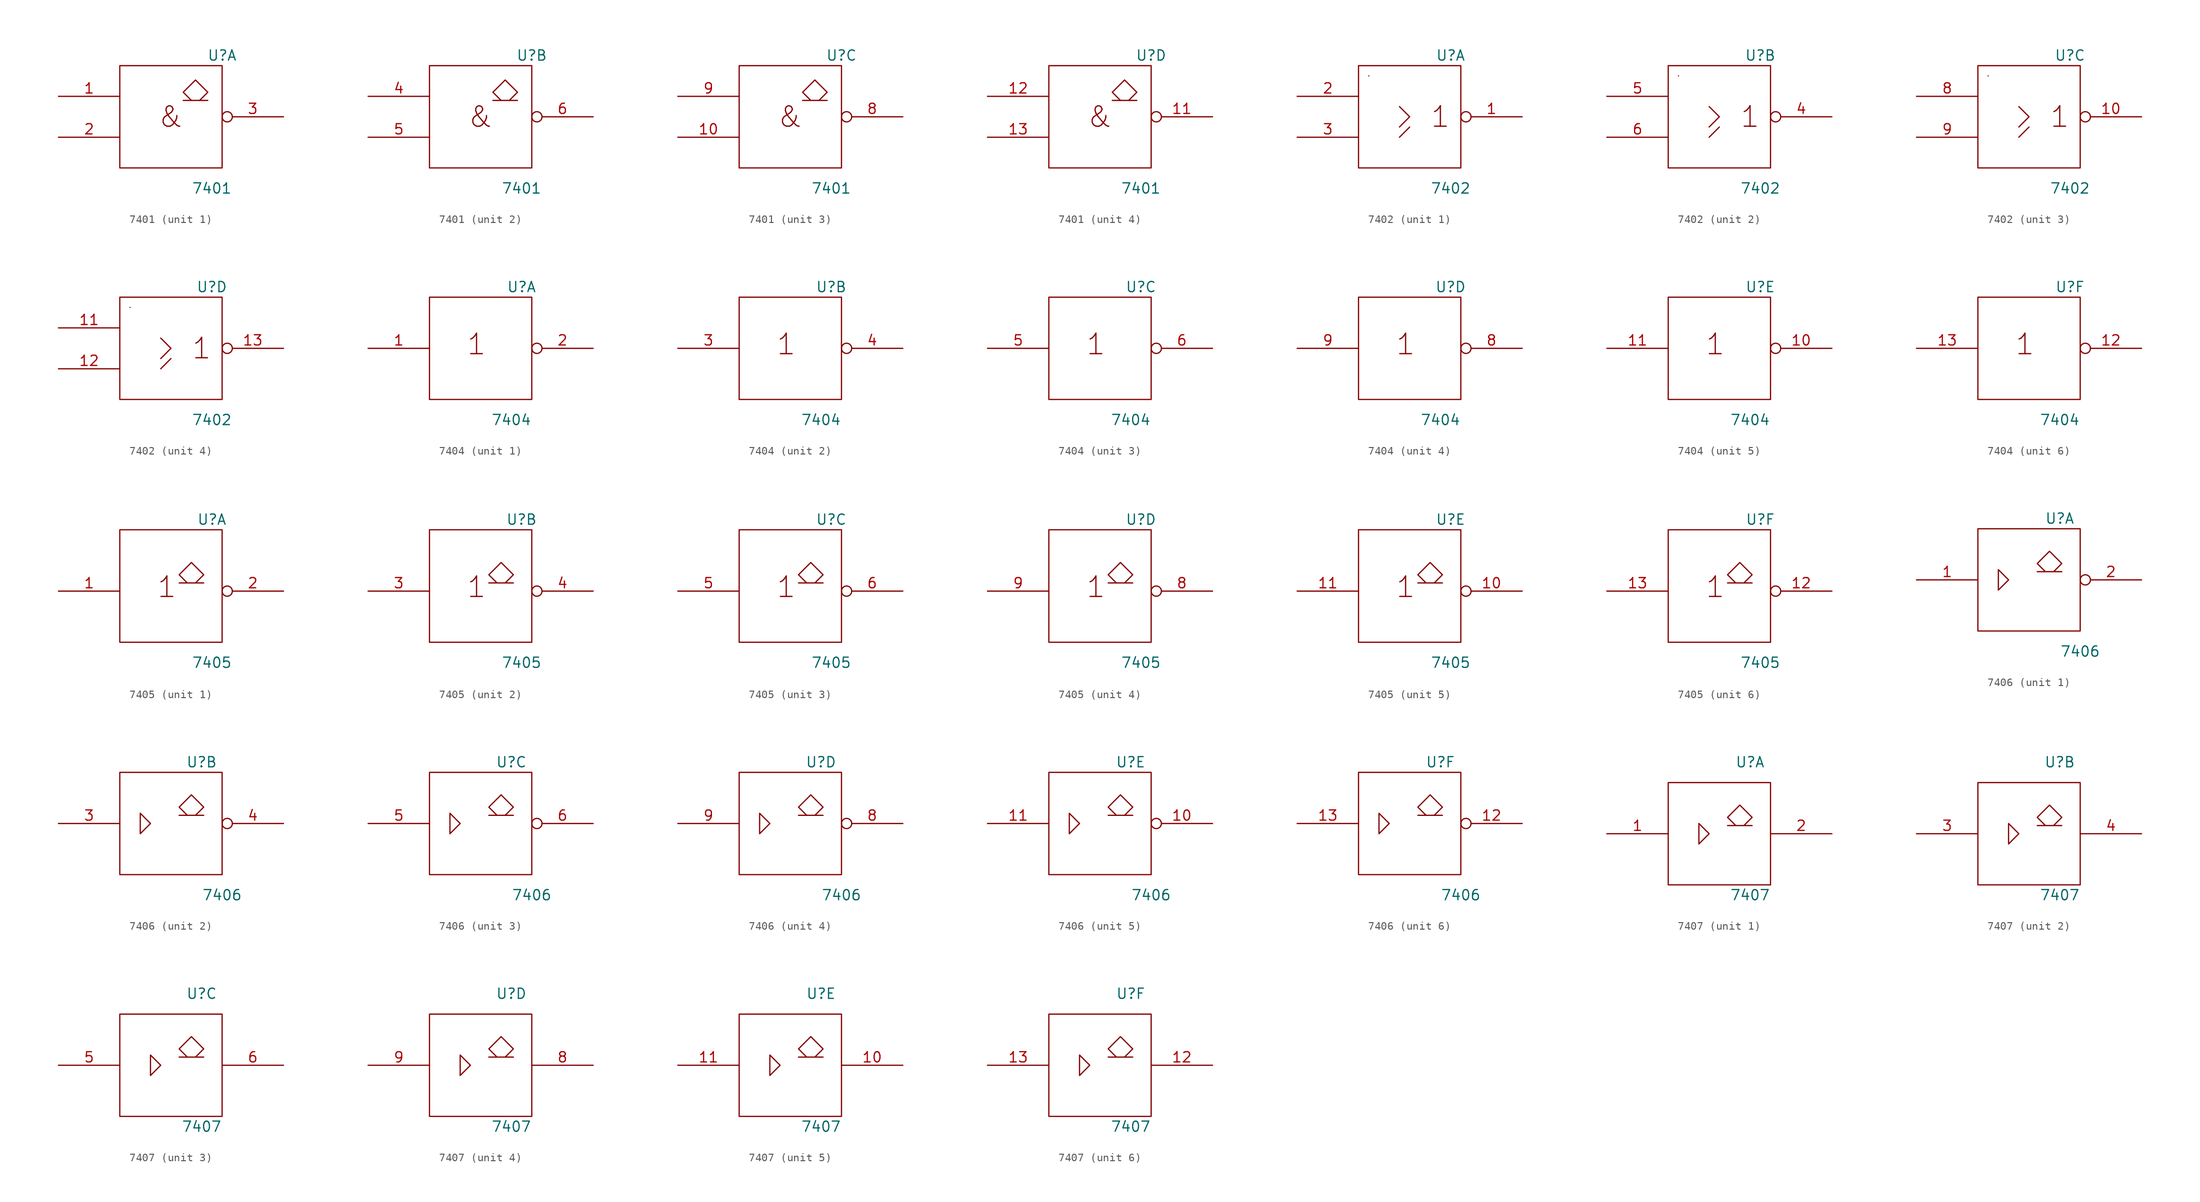
<source format=kicad_sym>
(kicad_symbol_lib
  (version 20211014)
  (generator kicad_symbol_editor)
  (symbol "7401"
    (pin_names
      (offset 0.762))
    (property "Reference" "U"
      (at 6.35 7.62 0)
      (effects (font (size 1.27 1.27))))
    (property "Value" "7401"
      (at 5.08 -8.89 0)
      (effects (font (size 1.27 1.27))))
    (symbol "7401_0_0"
      (polyline (pts (xy 2.54 2.032) (xy 1.524 3.048) (xy 3.048 4.572) (xy 4.572 3.048) (xy 3.556 2.032) (xy 4.572 2.032) (xy 1.524 2.032) (xy 1.524 2.032)) (stroke (width 0) (type default) (color 0 0 0 0)) (fill (type none)))
      (text "&" (at 0 0 0) (effects (font (size 2.54 2.54)))))
    (symbol "7401_0_1"
      (rectangle (start -6.35 6.35) (end 6.35 -6.35) (stroke (width 0) (type default) (color 0 0 0 0)) (fill (type none)))
      (pin power_in line (at 0 6.35 270) (length 0) hide (name "Vcc" (effects (font (size 1.27 1.27)))) (number "14" (effects (font (size 1.27 1.27)))))
      (pin power_in line (at 0 -6.35 90) (length 0) hide (name "GND" (effects (font (size 1.27 1.27)))) (number "7" (effects (font (size 1.27 1.27))))))
    (symbol "7401_1_1"
      (pin input line (at -13.97 2.54 0) (length 7.62) (name "~" (effects (font (size 1.27 1.27)))) (number "1" (effects (font (size 1.27 1.27)))))
      (pin input line (at -13.97 -2.54 0) (length 7.62) (name "~" (effects (font (size 1.27 1.27)))) (number "2" (effects (font (size 1.27 1.27)))))
      (pin open_collector inverted (at 13.97 0 180) (length 7.62) (name "~" (effects (font (size 1.27 1.27)))) (number "3" (effects (font (size 1.27 1.27))))))
    (symbol "7401_2_1"
      (pin input line (at -13.97 2.54 0) (length 7.62) (name "~" (effects (font (size 1.27 1.27)))) (number "4" (effects (font (size 1.27 1.27)))))
      (pin input line (at -13.97 -2.54 0) (length 7.62) (name "~" (effects (font (size 1.27 1.27)))) (number "5" (effects (font (size 1.27 1.27)))))
      (pin open_collector inverted (at 13.97 0 180) (length 7.62) (name "~" (effects (font (size 1.27 1.27)))) (number "6" (effects (font (size 1.27 1.27))))))
    (symbol "7401_3_1"
      (pin input line (at -13.97 -2.54 0) (length 7.62) (name "~" (effects (font (size 1.27 1.27)))) (number "10" (effects (font (size 1.27 1.27)))))
      (pin open_collector inverted (at 13.97 0 180) (length 7.62) (name "~" (effects (font (size 1.27 1.27)))) (number "8" (effects (font (size 1.27 1.27)))))
      (pin input line (at -13.97 2.54 0) (length 7.62) (name "~" (effects (font (size 1.27 1.27)))) (number "9" (effects (font (size 1.27 1.27))))))
    (symbol "7401_4_1"
      (pin open_collector inverted (at 13.97 0 180) (length 7.62) (name "~" (effects (font (size 1.27 1.27)))) (number "11" (effects (font (size 1.27 1.27)))))
      (pin input line (at -13.97 2.54 0) (length 7.62) (name "~" (effects (font (size 1.27 1.27)))) (number "12" (effects (font (size 1.27 1.27)))))
      (pin input line (at -13.97 -2.54 0) (length 7.62) (name "~" (effects (font (size 1.27 1.27)))) (number "13" (effects (font (size 1.27 1.27)))))))
  (symbol "7402"
    (pin_names
      (offset 0.762))
    (property "Reference" "U"
      (at 5.08 7.62 0)
      (effects (font (size 1.27 1.27))))
    (property "Value" "7402"
      (at 5.08 -8.89 0)
      (effects (font (size 1.27 1.27))))
    (symbol "7402_0_0"
      (rectangle (start -5.08 5.08) (end -5.08 5.08) (stroke (width 0) (type default) (color 0 0 0 0)) (fill (type none)))
      (polyline (pts (xy -1.27 -2.54) (xy 0 -1.27) (xy 0 -1.27)) (stroke (width 0) (type default) (color 0 0 0 0)) (fill (type none)))
      (polyline (pts (xy -1.27 1.27) (xy 0 0) (xy -1.27 -1.27) (xy -1.27 -1.27)) (stroke (width 0) (type default) (color 0 0 0 0)) (fill (type none)))
      (text "1" (at 3.81 0 0) (effects (font (size 2.54 2.54)))))
    (symbol "7402_0_1"
      (rectangle (start -6.35 6.35) (end 6.35 -6.35) (stroke (width 0) (type default) (color 0 0 0 0)) (fill (type none)))
      (pin power_in line (at 0 6.35 270) (length 0) hide (name "VCC" (effects (font (size 1.27 1.27)))) (number "14" (effects (font (size 1.27 1.27)))))
      (pin power_in line (at 0 -6.35 90) (length 0) hide (name "GND" (effects (font (size 1.27 1.27)))) (number "7" (effects (font (size 1.27 1.27))))))
    (symbol "7402_1_1"
      (pin output inverted (at 13.97 0 180) (length 7.62) (name "~" (effects (font (size 1.27 1.27)))) (number "1" (effects (font (size 1.27 1.27)))))
      (pin input line (at -13.97 2.54 0) (length 7.62) (name "~" (effects (font (size 1.27 1.27)))) (number "2" (effects (font (size 1.27 1.27)))))
      (pin input line (at -13.97 -2.54 0) (length 7.62) (name "~" (effects (font (size 1.27 1.27)))) (number "3" (effects (font (size 1.27 1.27))))))
    (symbol "7402_2_1"
      (pin output inverted (at 13.97 0 180) (length 7.62) (name "~" (effects (font (size 1.27 1.27)))) (number "4" (effects (font (size 1.27 1.27)))))
      (pin input line (at -13.97 2.54 0) (length 7.62) (name "~" (effects (font (size 1.27 1.27)))) (number "5" (effects (font (size 1.27 1.27)))))
      (pin input line (at -13.97 -2.54 0) (length 7.62) (name "~" (effects (font (size 1.27 1.27)))) (number "6" (effects (font (size 1.27 1.27))))))
    (symbol "7402_3_1"
      (pin output inverted (at 13.97 0 180) (length 7.62) (name "~" (effects (font (size 1.27 1.27)))) (number "10" (effects (font (size 1.27 1.27)))))
      (pin input line (at -13.97 2.54 0) (length 7.62) (name "~" (effects (font (size 1.27 1.27)))) (number "8" (effects (font (size 1.27 1.27)))))
      (pin input line (at -13.97 -2.54 0) (length 7.62) (name "~" (effects (font (size 1.27 1.27)))) (number "9" (effects (font (size 1.27 1.27))))))
    (symbol "7402_4_1"
      (pin input line (at -13.97 2.54 0) (length 7.62) (name "~" (effects (font (size 1.27 1.27)))) (number "11" (effects (font (size 1.27 1.27)))))
      (pin input line (at -13.97 -2.54 0) (length 7.62) (name "~" (effects (font (size 1.27 1.27)))) (number "12" (effects (font (size 1.27 1.27)))))
      (pin output inverted (at 13.97 0 180) (length 7.62) (name "~" (effects (font (size 1.27 1.27)))) (number "13" (effects (font (size 1.27 1.27)))))))
  (symbol "7404"
    (pin_names
      (offset 0.762))
    (property "Reference" "U"
      (at 5.08 7.62 0)
      (effects (font (size 1.27 1.27))))
    (property "Value" "7404"
      (at 3.81 -8.89 0)
      (effects (font (size 1.27 1.27))))
    (symbol "7404_0_0"
      (text "1" (at -0.508 0.508 0) (effects (font (size 2.54 2.54)))))
    (symbol "7404_0_1"
      (rectangle (start -6.35 6.35) (end 6.35 -6.35) (stroke (width 0) (type default) (color 0 0 0 0)) (fill (type none)))
      (pin power_in line (at 0 6.35 270) (length 0) hide (name "Vcc" (effects (font (size 1.27 1.27)))) (number "14" (effects (font (size 1.27 1.27)))))
      (pin power_in line (at 0 -6.35 90) (length 0) hide (name "Gnd" (effects (font (size 1.27 1.27)))) (number "7" (effects (font (size 1.27 1.27))))))
    (symbol "7404_1_1"
      (pin input line (at -13.97 0 0) (length 7.62) (name "~" (effects (font (size 1.27 1.27)))) (number "1" (effects (font (size 1.27 1.27)))))
      (pin input inverted (at 13.97 0 180) (length 7.62) (name "~" (effects (font (size 1.27 1.27)))) (number "2" (effects (font (size 1.27 1.27))))))
    (symbol "7404_2_1"
      (pin input line (at -13.97 0 0) (length 7.62) (name "~" (effects (font (size 1.27 1.27)))) (number "3" (effects (font (size 1.27 1.27)))))
      (pin input inverted (at 13.97 0 180) (length 7.62) (name "~" (effects (font (size 1.27 1.27)))) (number "4" (effects (font (size 1.27 1.27))))))
    (symbol "7404_3_1"
      (pin input line (at -13.97 0 0) (length 7.62) (name "~" (effects (font (size 1.27 1.27)))) (number "5" (effects (font (size 1.27 1.27)))))
      (pin input inverted (at 13.97 0 180) (length 7.62) (name "~" (effects (font (size 1.27 1.27)))) (number "6" (effects (font (size 1.27 1.27))))))
    (symbol "7404_4_1"
      (pin input inverted (at 13.97 0 180) (length 7.62) (name "~" (effects (font (size 1.27 1.27)))) (number "8" (effects (font (size 1.27 1.27)))))
      (pin input line (at -13.97 0 0) (length 7.62) (name "~" (effects (font (size 1.27 1.27)))) (number "9" (effects (font (size 1.27 1.27))))))
    (symbol "7404_5_1"
      (pin input inverted (at 13.97 0 180) (length 7.62) (name "~" (effects (font (size 1.27 1.27)))) (number "10" (effects (font (size 1.27 1.27)))))
      (pin input line (at -13.97 0 0) (length 7.62) (name "~" (effects (font (size 1.27 1.27)))) (number "11" (effects (font (size 1.27 1.27))))))
    (symbol "7404_6_1"
      (pin input inverted (at 13.97 0 180) (length 7.62) (name "~" (effects (font (size 1.27 1.27)))) (number "12" (effects (font (size 1.27 1.27)))))
      (pin input line (at -13.97 0 0) (length 7.62) (name "~" (effects (font (size 1.27 1.27)))) (number "13" (effects (font (size 1.27 1.27)))))))
  (symbol "7405"
    (pin_names
      (offset 0.762))
    (property "Reference" "U"
      (at 5.08 8.89 0)
      (effects (font (size 1.27 1.27))))
    (property "Value" "7405"
      (at 5.08 -8.89 0)
      (effects (font (size 1.27 1.27))))
    (symbol "7405_0_0"
      (text "1" (at -0.508 0.508 0) (effects (font (size 2.54 2.54)))))
    (symbol "7405_0_1"
      (rectangle (start -6.35 7.62) (end 6.35 -6.35) (stroke (width 0) (type default) (color 0 0 0 0)) (fill (type none)))
      (polyline (pts (xy 3.048 1.016) (xy 4.064 2.032) (xy 2.54 3.556) (xy 1.016 2.032) (xy 2.032 1.016) (xy 1.016 1.016) (xy 4.064 1.016) (xy 4.064 1.016)) (stroke (width 0) (type default) (color 0 0 0 0)) (fill (type none)))
      (pin input line (at 0 7.62 270) (length 0) hide (name "Vcc" (effects (font (size 1.27 1.27)))) (number "14" (effects (font (size 1.27 1.27)))))
      (pin input line (at 0 -6.35 90) (length 0) hide (name "Gnd" (effects (font (size 1.27 1.27)))) (number "7" (effects (font (size 1.27 1.27))))))
    (symbol "7405_1_1"
      (pin input line (at -13.97 0 0) (length 7.62) (name "~" (effects (font (size 1.27 1.27)))) (number "1" (effects (font (size 1.27 1.27)))))
      (pin open_collector inverted (at 13.97 0 180) (length 7.62) (name "~" (effects (font (size 1.27 1.27)))) (number "2" (effects (font (size 1.27 1.27))))))
    (symbol "7405_2_1"
      (pin input line (at -13.97 0 0) (length 7.62) (name "~" (effects (font (size 1.27 1.27)))) (number "3" (effects (font (size 1.27 1.27)))))
      (pin open_collector inverted (at 13.97 0 180) (length 7.62) (name "~" (effects (font (size 1.27 1.27)))) (number "4" (effects (font (size 1.27 1.27))))))
    (symbol "7405_3_1"
      (pin input line (at -13.97 0 0) (length 7.62) (name "~" (effects (font (size 1.27 1.27)))) (number "5" (effects (font (size 1.27 1.27)))))
      (pin open_collector inverted (at 13.97 0 180) (length 7.62) (name "~" (effects (font (size 1.27 1.27)))) (number "6" (effects (font (size 1.27 1.27))))))
    (symbol "7405_4_1"
      (pin open_collector inverted (at 13.97 0 180) (length 7.62) (name "~" (effects (font (size 1.27 1.27)))) (number "8" (effects (font (size 1.27 1.27)))))
      (pin input line (at -13.97 0 0) (length 7.62) (name "~" (effects (font (size 1.27 1.27)))) (number "9" (effects (font (size 1.27 1.27))))))
    (symbol "7405_5_1"
      (pin open_collector inverted (at 13.97 0 180) (length 7.62) (name "~" (effects (font (size 1.27 1.27)))) (number "10" (effects (font (size 1.27 1.27)))))
      (pin input line (at -13.97 0 0) (length 7.62) (name "~" (effects (font (size 1.27 1.27)))) (number "11" (effects (font (size 1.27 1.27))))))
    (symbol "7405_6_1"
      (pin open_collector inverted (at 13.97 0 180) (length 7.62) (name "~" (effects (font (size 1.27 1.27)))) (number "12" (effects (font (size 1.27 1.27)))))
      (pin input line (at -13.97 0 0) (length 7.62) (name "~" (effects (font (size 1.27 1.27)))) (number "13" (effects (font (size 1.27 1.27)))))))
  (symbol "7406"
    (pin_names
      (offset 0.762))
    (property "Reference" "U"
      (at 3.81 7.62 0)
      (effects (font (size 1.27 1.27))))
    (property "Value" "7406"
      (at 6.35 -8.89 0)
      (effects (font (size 1.27 1.27))))
    (symbol "7406_0_0"
      (polyline (pts (xy -3.81 1.27) (xy -3.81 -1.27) (xy -2.54 0) (xy -3.81 1.27) (xy -3.81 1.27)) (stroke (width 0) (type default) (color 0 0 0 0)) (fill (type none)))
      (polyline (pts (xy 3.048 1.016) (xy 4.064 2.032) (xy 2.54 3.556) (xy 1.016 2.032) (xy 2.032 1.016) (xy 1.016 1.016) (xy 4.064 1.016) (xy 4.064 1.016)) (stroke (width 0) (type default) (color 0 0 0 0)) (fill (type none))))
    (symbol "7406_0_1"
      (rectangle (start -6.35 6.35) (end 6.35 -6.35) (stroke (width 0) (type default) (color 0 0 0 0)) (fill (type none)))
      (pin power_in line (at 0 6.35 270) (length 0) hide (name "Vcc" (effects (font (size 1.27 1.27)))) (number "14" (effects (font (size 1.27 1.27)))))
      (pin power_in line (at 0 -6.35 90) (length 0) hide (name "Gnd" (effects (font (size 1.27 1.27)))) (number "7" (effects (font (size 1.27 1.27))))))
    (symbol "7406_1_1"
      (pin input line (at -13.97 0 0) (length 7.62) (name "~" (effects (font (size 1.27 1.27)))) (number "1" (effects (font (size 1.27 1.27)))))
      (pin open_collector inverted (at 13.97 0 180) (length 7.62) (name "~" (effects (font (size 1.27 1.27)))) (number "2" (effects (font (size 1.27 1.27))))))
    (symbol "7406_2_1"
      (pin input line (at -13.97 0 0) (length 7.62) (name "~" (effects (font (size 1.27 1.27)))) (number "3" (effects (font (size 1.27 1.27)))))
      (pin open_collector inverted (at 13.97 0 180) (length 7.62) (name "~" (effects (font (size 1.27 1.27)))) (number "4" (effects (font (size 1.27 1.27))))))
    (symbol "7406_3_1"
      (pin input line (at -13.97 0 0) (length 7.62) (name "~" (effects (font (size 1.27 1.27)))) (number "5" (effects (font (size 1.27 1.27)))))
      (pin open_collector inverted (at 13.97 0 180) (length 7.62) (name "~" (effects (font (size 1.27 1.27)))) (number "6" (effects (font (size 1.27 1.27))))))
    (symbol "7406_4_1"
      (pin open_collector inverted (at 13.97 0 180) (length 7.62) (name "~" (effects (font (size 1.27 1.27)))) (number "8" (effects (font (size 1.27 1.27)))))
      (pin input line (at -13.97 0 0) (length 7.62) (name "~" (effects (font (size 1.27 1.27)))) (number "9" (effects (font (size 1.27 1.27))))))
    (symbol "7406_5_1"
      (pin open_collector inverted (at 13.97 0 180) (length 7.62) (name "~" (effects (font (size 1.27 1.27)))) (number "10" (effects (font (size 1.27 1.27)))))
      (pin input line (at -13.97 0 0) (length 7.62) (name "~" (effects (font (size 1.27 1.27)))) (number "11" (effects (font (size 1.27 1.27))))))
    (symbol "7406_6_1"
      (pin open_collector inverted (at 13.97 0 180) (length 7.62) (name "~" (effects (font (size 1.27 1.27)))) (number "12" (effects (font (size 1.27 1.27)))))
      (pin input line (at -13.97 0 0) (length 7.62) (name "~" (effects (font (size 1.27 1.27)))) (number "13" (effects (font (size 1.27 1.27)))))))
  (symbol "7407"
    (pin_names
      (offset 0.762))
    (property "Reference" "U"
      (at 3.81 8.89 0)
      (effects (font (size 1.27 1.27))))
    (property "Value" "7407"
      (at 3.81 -7.62 0)
      (effects (font (size 1.27 1.27))))
    (symbol "7407_0_1"
      (rectangle (start -6.35 6.35) (end 6.35 -6.35) (stroke (width 0) (type default) (color 0 0 0 0)) (fill (type none)))
      (polyline (pts (xy -2.54 1.27) (xy -2.54 -1.27) (xy -1.27 0) (xy -2.54 1.27) (xy -2.54 1.27)) (stroke (width 0) (type default) (color 0 0 0 0)) (fill (type none)))
      (polyline (pts (xy 3.048 1.016) (xy 4.064 2.032) (xy 2.54 3.556) (xy 1.016 2.032) (xy 2.032 1.016) (xy 1.016 1.016) (xy 4.064 1.016) (xy 4.064 1.016)) (stroke (width 0) (type default) (color 0 0 0 0)) (fill (type none)))
      (pin power_in line (at 0 6.35 270) (length 0) hide (name "Vcc" (effects (font (size 1.27 1.27)))) (number "14" (effects (font (size 1.27 1.27)))))
      (pin power_in line (at 0 -6.35 90) (length 0) hide (name "Gnd" (effects (font (size 1.27 1.27)))) (number "7" (effects (font (size 1.27 1.27))))))
    (symbol "7407_1_1"
      (pin input line (at -13.97 0 0) (length 7.62) (name "~" (effects (font (size 1.27 1.27)))) (number "1" (effects (font (size 1.27 1.27)))))
      (pin open_collector line (at 13.97 0 180) (length 7.62) (name "~" (effects (font (size 1.27 1.27)))) (number "2" (effects (font (size 1.27 1.27))))))
    (symbol "7407_2_1"
      (pin input line (at -13.97 0 0) (length 7.62) (name "~" (effects (font (size 1.27 1.27)))) (number "3" (effects (font (size 1.27 1.27)))))
      (pin open_collector line (at 13.97 0 180) (length 7.62) (name "~" (effects (font (size 1.27 1.27)))) (number "4" (effects (font (size 1.27 1.27))))))
    (symbol "7407_3_1"
      (pin input line (at -13.97 0 0) (length 7.62) (name "~" (effects (font (size 1.27 1.27)))) (number "5" (effects (font (size 1.27 1.27)))))
      (pin open_collector line (at 13.97 0 180) (length 7.62) (name "~" (effects (font (size 1.27 1.27)))) (number "6" (effects (font (size 1.27 1.27))))))
    (symbol "7407_4_1"
      (pin open_collector line (at 13.97 0 180) (length 7.62) (name "~" (effects (font (size 1.27 1.27)))) (number "8" (effects (font (size 1.27 1.27)))))
      (pin input line (at -13.97 0 0) (length 7.62) (name "~" (effects (font (size 1.27 1.27)))) (number "9" (effects (font (size 1.27 1.27))))))
    (symbol "7407_5_1"
      (pin open_collector line (at 13.97 0 180) (length 7.62) (name "~" (effects (font (size 1.27 1.27)))) (number "10" (effects (font (size 1.27 1.27)))))
      (pin input line (at -13.97 0 0) (length 7.62) (name "~" (effects (font (size 1.27 1.27)))) (number "11" (effects (font (size 1.27 1.27))))))
    (symbol "7407_6_1"
      (pin open_collector line (at 13.97 0 180) (length 7.62) (name "~" (effects (font (size 1.27 1.27)))) (number "12" (effects (font (size 1.27 1.27)))))
      (pin input line (at -13.97 0 0) (length 7.62) (name "~" (effects (font (size 1.27 1.27)))) (number "13" (effects (font (size 1.27 1.27))))))))
</source>
